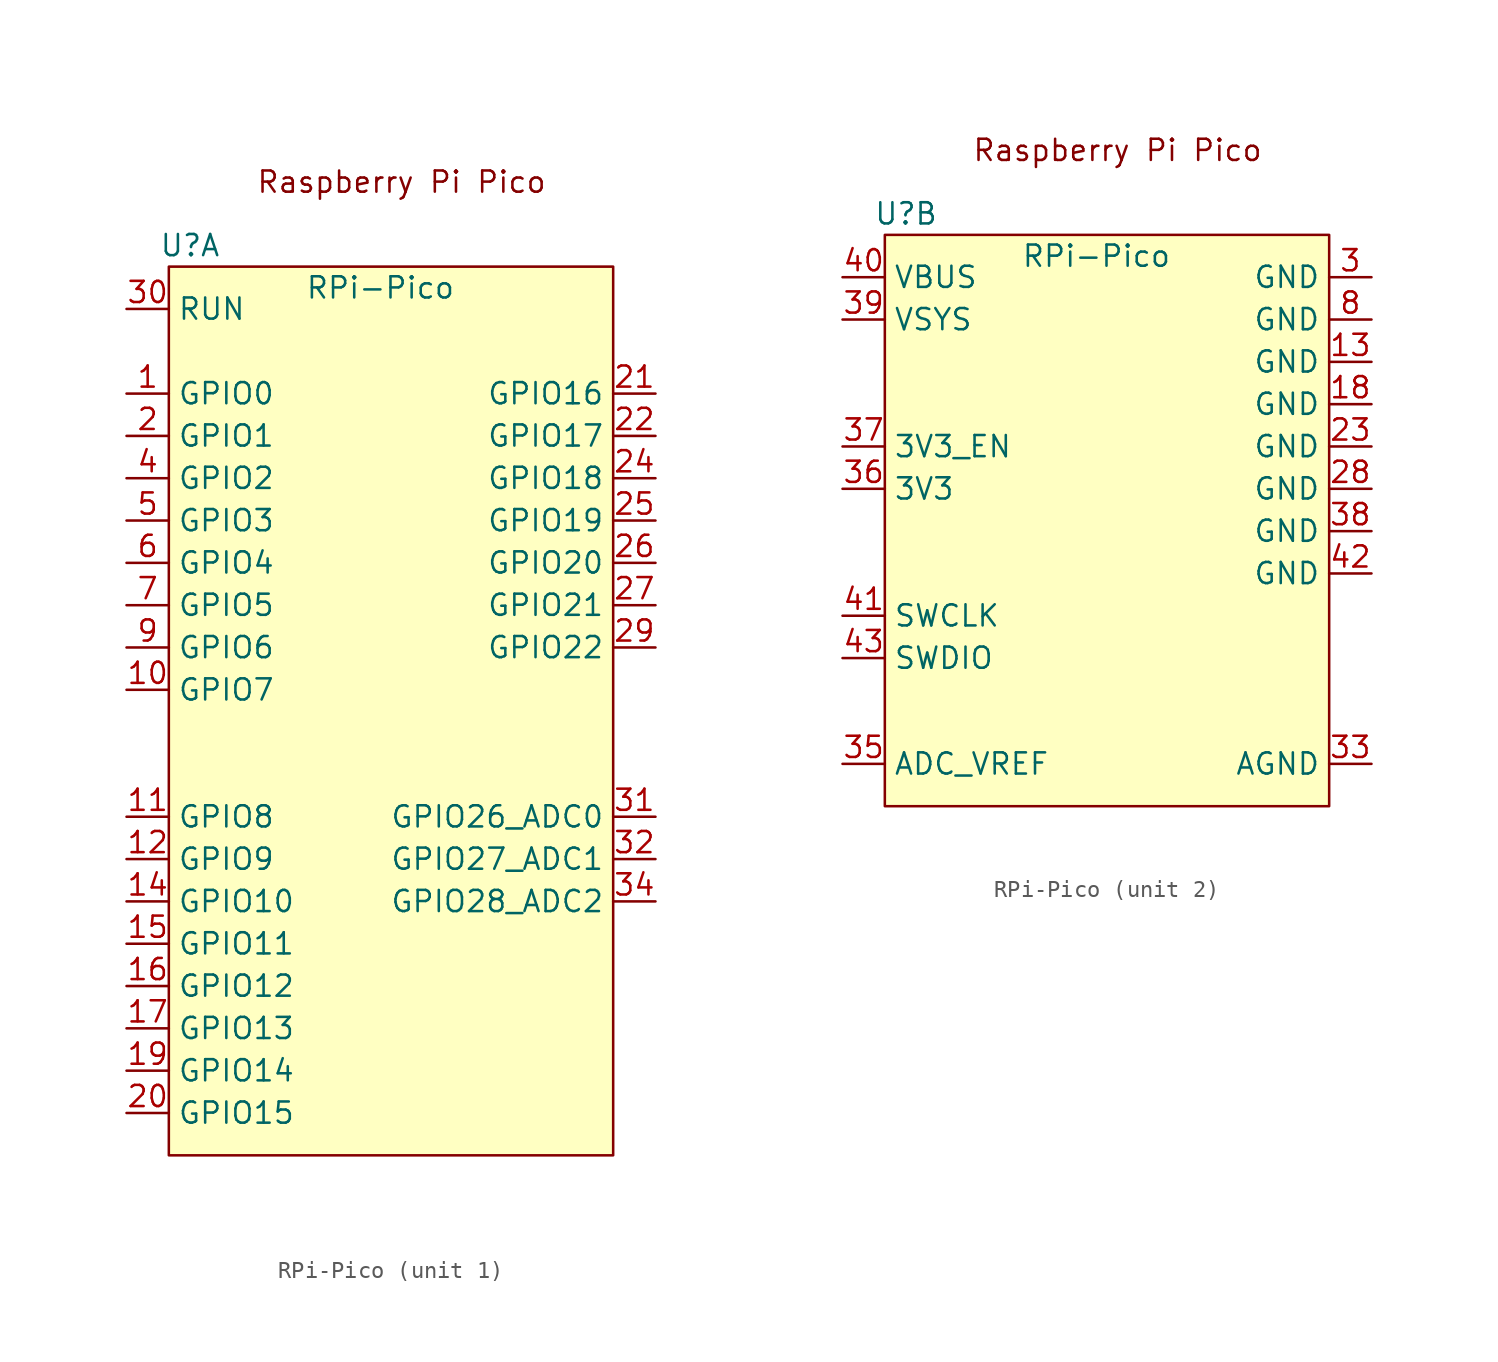
<source format=kicad_sym>
(kicad_symbol_lib
  (version 20220914)
  (generator kicad_symbol_editor)
  (symbol "RPi-Pico"
    (property "Reference" "U"
      (at 3.81 3.81 0)
      (effects (font (size 1.27 1.27))))
    (property "Value" "RPi-Pico"
      (at 15.24 1.27 0)
      (effects (font (size 1.27 1.27))))
    (property "ki_locked" ""
      (at 0 0 0)
      (effects (font (size 1.27 1.27))))
    (symbol "RPi-Pico_0_0"
      (text "Raspberry Pi Pico" (at 16.51 7.62 0) (effects (font (size 1.27 1.27)))))
    (symbol "RPi-Pico_1_1"
      (rectangle (start 2.54 2.54) (end 29.21 -50.8) (stroke (width 0) (type default)) (fill (type background)))
      (pin bidirectional line (at 0 -5.08 0) (length 2.54) (name "GPIO0" (effects (font (size 1.27 1.27)))) (number "1" (effects (font (size 1.27 1.27)))))
      (pin bidirectional line (at 0 -22.86 0) (length 2.54) (name "GPIO7" (effects (font (size 1.27 1.27)))) (number "10" (effects (font (size 1.27 1.27)))))
      (pin bidirectional line (at 0 -30.48 0) (length 2.54) (name "GPIO8" (effects (font (size 1.27 1.27)))) (number "11" (effects (font (size 1.27 1.27)))))
      (pin bidirectional line (at 0 -33.02 0) (length 2.54) (name "GPIO9" (effects (font (size 1.27 1.27)))) (number "12" (effects (font (size 1.27 1.27)))))
      (pin bidirectional line (at 0 -35.56 0) (length 2.54) (name "GPIO10" (effects (font (size 1.27 1.27)))) (number "14" (effects (font (size 1.27 1.27)))))
      (pin bidirectional line (at 0 -38.1 0) (length 2.54) (name "GPIO11" (effects (font (size 1.27 1.27)))) (number "15" (effects (font (size 1.27 1.27)))))
      (pin bidirectional line (at 0 -40.64 0) (length 2.54) (name "GPIO12" (effects (font (size 1.27 1.27)))) (number "16" (effects (font (size 1.27 1.27)))))
      (pin bidirectional line (at 0 -43.18 0) (length 2.54) (name "GPIO13" (effects (font (size 1.27 1.27)))) (number "17" (effects (font (size 1.27 1.27)))))
      (pin bidirectional line (at 0 -45.72 0) (length 2.54) (name "GPIO14" (effects (font (size 1.27 1.27)))) (number "19" (effects (font (size 1.27 1.27)))))
      (pin bidirectional line (at 0 -7.62 0) (length 2.54) (name "GPIO1" (effects (font (size 1.27 1.27)))) (number "2" (effects (font (size 1.27 1.27)))))
      (pin bidirectional line (at 0 -48.26 0) (length 2.54) (name "GPIO15" (effects (font (size 1.27 1.27)))) (number "20" (effects (font (size 1.27 1.27)))))
      (pin bidirectional line (at 31.75 -5.08 180) (length 2.54) (name "GPIO16" (effects (font (size 1.27 1.27)))) (number "21" (effects (font (size 1.27 1.27)))))
      (pin bidirectional line (at 31.75 -7.62 180) (length 2.54) (name "GPIO17" (effects (font (size 1.27 1.27)))) (number "22" (effects (font (size 1.27 1.27)))))
      (pin bidirectional line (at 31.75 -10.16 180) (length 2.54) (name "GPIO18" (effects (font (size 1.27 1.27)))) (number "24" (effects (font (size 1.27 1.27)))))
      (pin bidirectional line (at 31.75 -12.7 180) (length 2.54) (name "GPIO19" (effects (font (size 1.27 1.27)))) (number "25" (effects (font (size 1.27 1.27)))))
      (pin bidirectional line (at 31.75 -15.24 180) (length 2.54) (name "GPIO20" (effects (font (size 1.27 1.27)))) (number "26" (effects (font (size 1.27 1.27)))))
      (pin bidirectional line (at 31.75 -17.78 180) (length 2.54) (name "GPIO21" (effects (font (size 1.27 1.27)))) (number "27" (effects (font (size 1.27 1.27)))))
      (pin bidirectional line (at 31.75 -20.32 180) (length 2.54) (name "GPIO22" (effects (font (size 1.27 1.27)))) (number "29" (effects (font (size 1.27 1.27)))))
      (pin input line (at 0 0 0) (length 2.54) (name "RUN" (effects (font (size 1.27 1.27)))) (number "30" (effects (font (size 1.27 1.27)))))
      (pin bidirectional line (at 31.75 -30.48 180) (length 2.54) (name "GPIO26_ADC0" (effects (font (size 1.27 1.27)))) (number "31" (effects (font (size 1.27 1.27)))))
      (pin bidirectional line (at 31.75 -33.02 180) (length 2.54) (name "GPIO27_ADC1" (effects (font (size 1.27 1.27)))) (number "32" (effects (font (size 1.27 1.27)))))
      (pin bidirectional line (at 31.75 -35.56 180) (length 2.54) (name "GPIO28_ADC2" (effects (font (size 1.27 1.27)))) (number "34" (effects (font (size 1.27 1.27)))))
      (pin bidirectional line (at 0 -10.16 0) (length 2.54) (name "GPIO2" (effects (font (size 1.27 1.27)))) (number "4" (effects (font (size 1.27 1.27)))))
      (pin bidirectional line (at 0 -12.7 0) (length 2.54) (name "GPIO3" (effects (font (size 1.27 1.27)))) (number "5" (effects (font (size 1.27 1.27)))))
      (pin bidirectional line (at 0 -15.24 0) (length 2.54) (name "GPIO4" (effects (font (size 1.27 1.27)))) (number "6" (effects (font (size 1.27 1.27)))))
      (pin bidirectional line (at 0 -17.78 0) (length 2.54) (name "GPIO5" (effects (font (size 1.27 1.27)))) (number "7" (effects (font (size 1.27 1.27)))))
      (pin bidirectional line (at 0 -20.32 0) (length 2.54) (name "GPIO6" (effects (font (size 1.27 1.27)))) (number "9" (effects (font (size 1.27 1.27))))))
    (symbol "RPi-Pico_2_1"
      (rectangle (start 2.54 2.54) (end 29.21 -31.75) (stroke (width 0) (type default)) (fill (type background)))
      (pin power_in line (at 31.75 -5.08 180) (length 2.54) (name "GND" (effects (font (size 1.27 1.27)))) (number "13" (effects (font (size 1.27 1.27)))))
      (pin power_in line (at 31.75 -7.62 180) (length 2.54) (name "GND" (effects (font (size 1.27 1.27)))) (number "18" (effects (font (size 1.27 1.27)))))
      (pin power_in line (at 31.75 -10.16 180) (length 2.54) (name "GND" (effects (font (size 1.27 1.27)))) (number "23" (effects (font (size 1.27 1.27)))))
      (pin power_in line (at 31.75 -12.7 180) (length 2.54) (name "GND" (effects (font (size 1.27 1.27)))) (number "28" (effects (font (size 1.27 1.27)))))
      (pin power_in line (at 31.75 0 180) (length 2.54) (name "GND" (effects (font (size 1.27 1.27)))) (number "3" (effects (font (size 1.27 1.27)))))
      (pin power_in line (at 31.75 -29.21 180) (length 2.54) (name "AGND" (effects (font (size 1.27 1.27)))) (number "33" (effects (font (size 1.27 1.27)))))
      (pin power_in line (at 0 -29.21 0) (length 2.54) (name "ADC_VREF" (effects (font (size 1.27 1.27)))) (number "35" (effects (font (size 1.27 1.27)))))
      (pin power_in line (at 0 -12.7 0) (length 2.54) (name "3V3" (effects (font (size 1.27 1.27)))) (number "36" (effects (font (size 1.27 1.27)))))
      (pin input line (at 0 -10.16 0) (length 2.54) (name "3V3_EN" (effects (font (size 1.27 1.27)))) (number "37" (effects (font (size 1.27 1.27)))))
      (pin power_in line (at 31.75 -15.24 180) (length 2.54) (name "GND" (effects (font (size 1.27 1.27)))) (number "38" (effects (font (size 1.27 1.27)))))
      (pin power_in line (at 0 -2.54 0) (length 2.54) (name "VSYS" (effects (font (size 1.27 1.27)))) (number "39" (effects (font (size 1.27 1.27)))))
      (pin power_in line (at 0 0 0) (length 2.54) (name "VBUS" (effects (font (size 1.27 1.27)))) (number "40" (effects (font (size 1.27 1.27)))))
      (pin input line (at 0 -20.32 0) (length 2.54) (name "SWCLK" (effects (font (size 1.27 1.27)))) (number "41" (effects (font (size 1.27 1.27)))))
      (pin power_in line (at 31.75 -17.78 180) (length 2.54) (name "GND" (effects (font (size 1.27 1.27)))) (number "42" (effects (font (size 1.27 1.27)))))
      (pin bidirectional line (at 0 -22.86 0) (length 2.54) (name "SWDIO" (effects (font (size 1.27 1.27)))) (number "43" (effects (font (size 1.27 1.27)))))
      (pin power_in line (at 31.75 -2.54 180) (length 2.54) (name "GND" (effects (font (size 1.27 1.27)))) (number "8" (effects (font (size 1.27 1.27))))))))
</source>
